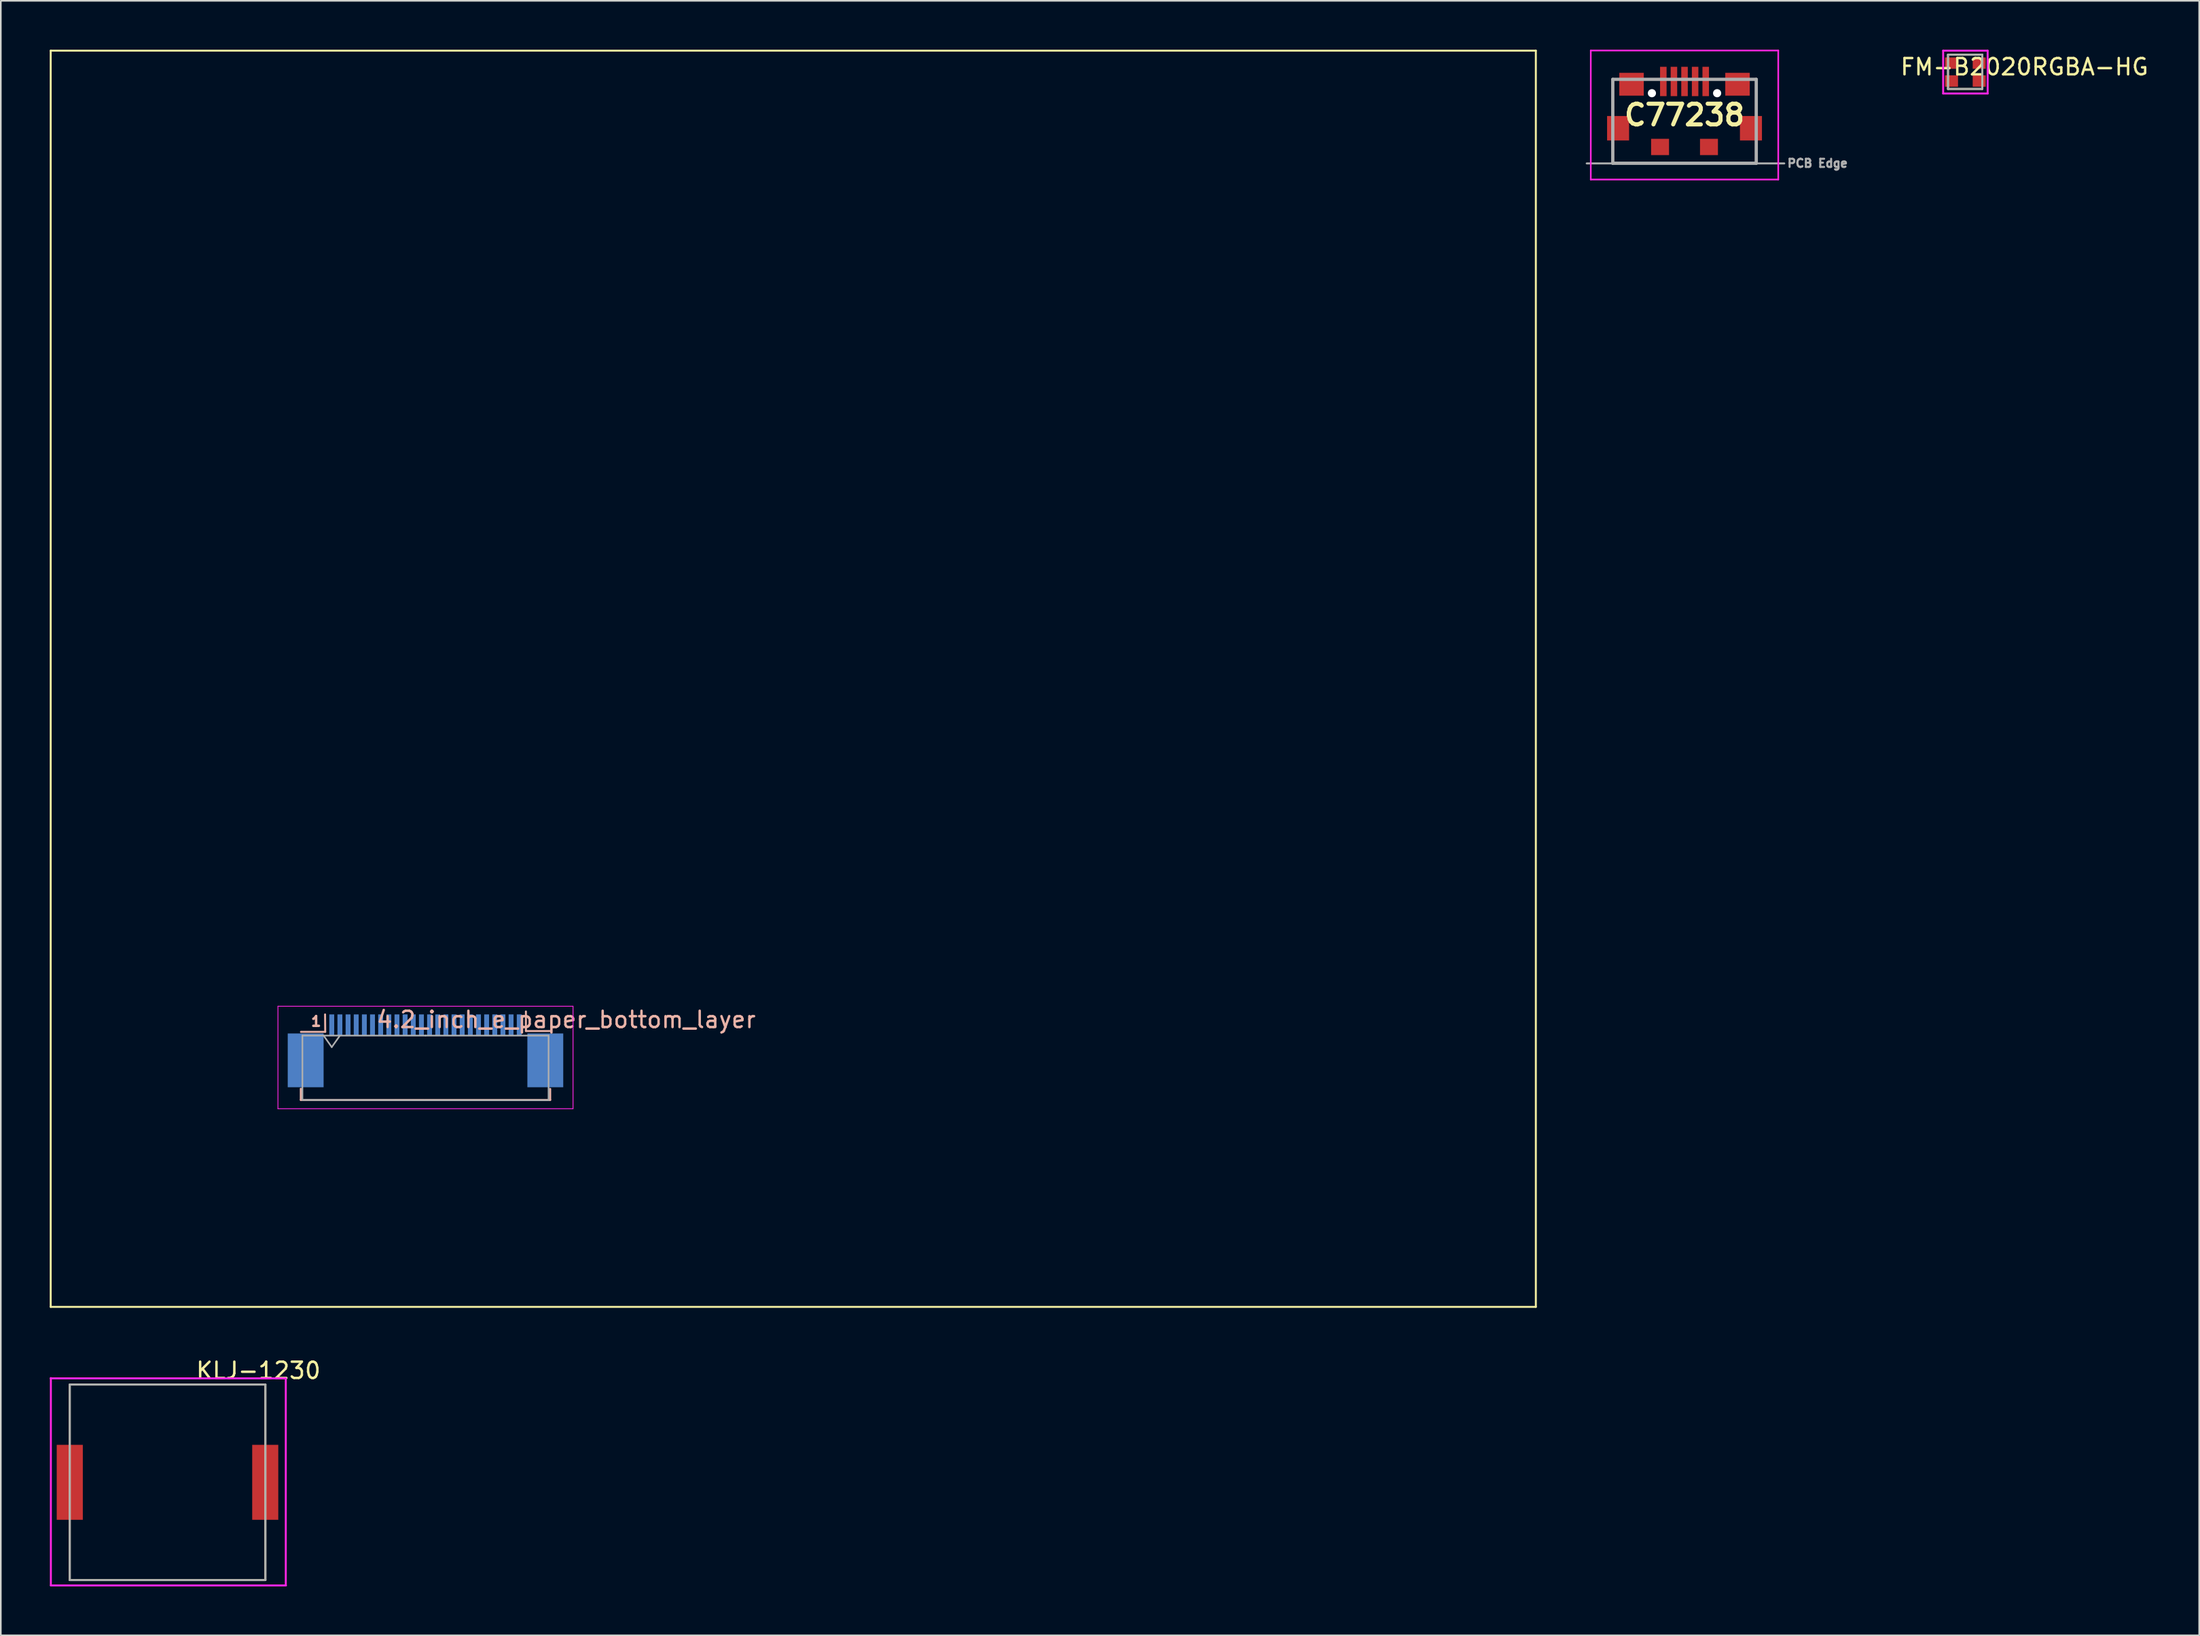
<source format=kicad_pcb>
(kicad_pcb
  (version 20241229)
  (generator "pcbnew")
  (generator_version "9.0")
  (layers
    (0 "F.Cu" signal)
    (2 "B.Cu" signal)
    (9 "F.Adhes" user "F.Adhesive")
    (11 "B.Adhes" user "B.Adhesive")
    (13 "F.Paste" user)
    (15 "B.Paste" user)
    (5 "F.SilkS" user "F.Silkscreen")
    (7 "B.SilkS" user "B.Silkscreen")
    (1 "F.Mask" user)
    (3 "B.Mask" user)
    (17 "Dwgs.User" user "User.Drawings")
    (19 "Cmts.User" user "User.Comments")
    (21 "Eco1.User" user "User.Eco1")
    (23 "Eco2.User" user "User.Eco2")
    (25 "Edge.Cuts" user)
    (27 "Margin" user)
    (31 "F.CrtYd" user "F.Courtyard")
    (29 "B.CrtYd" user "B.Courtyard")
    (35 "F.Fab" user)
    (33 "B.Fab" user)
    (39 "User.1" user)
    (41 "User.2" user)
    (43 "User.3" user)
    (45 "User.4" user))
  (footprint "FM-B2020RGBA-HG"
    (layer "F.Cu")
    (at 117.575 1.31)
    (property "Reference" "FM-B2020RGBA-HG" (at 3.556 -0.254 0) (layer "F.SilkS") (effects (font (size 1 1) (thickness 0.15))))
    (attr smd)
    (fp_line (start -1.132 -1) (end 0.968 -1) (stroke (width 0.12) (type solid)) (layer "F.SilkS"))
    (fp_line (start -1.132 1.1) (end -1.132 -1) (stroke (width 0.12) (type solid)) (layer "F.SilkS"))
    (fp_line (start -1.132 1.1) (end 0.968 1.1) (stroke (width 0.12) (type solid)) (layer "F.SilkS"))
    (fp_line (start 0.968 1.1) (end 0.968 -1) (stroke (width 0.12) (type solid)) (layer "F.SilkS"))
    (fp_line (start -1.43 -1.25) (end 1.3 -1.25) (stroke (width 0.12) (type solid)) (layer "F.CrtYd"))
    (fp_line (start -1.43 1.38) (end -1.43 -1.25) (stroke (width 0.12) (type solid)) (layer "F.CrtYd"))
    (fp_line (start 1.3 1.38) (end -1.43 1.38) (stroke (width 0.12) (type solid)) (layer "F.CrtYd"))
    (fp_line (start 1.3 1.38) (end 1.3 -1.25) (stroke (width 0.12) (type solid)) (layer "F.CrtYd"))
    (fp_line (start -1.132 -1) (end 0.968 -1) (stroke (width 0.12) (type solid)) (layer "F.Fab"))
    (fp_line (start -1.132 1.1) (end -1.132 -1) (stroke (width 0.12) (type solid)) (layer "F.Fab"))
    (fp_line (start -1.132 1.1) (end 0.968 1.1) (stroke (width 0.12) (type solid)) (layer "F.Fab"))
    (fp_line (start 0.968 1.1) (end 0.968 -1) (stroke (width 0.12) (type solid)) (layer "F.Fab"))
    (pad "1" smd rect (at 0.782 0.614 180) (size 0.8 0.7) (layers "F.Cu" "F.Mask" "F.Paste"))
    (pad "2" smd rect (at -0.918 0.614) (size 0.8 0.7) (layers "F.Cu" "F.Mask" "F.Paste"))
    (pad "3" smd rect (at -0.918 -0.486) (size 0.8 0.7) (layers "F.Cu" "F.Mask" "F.Paste"))
    (pad "4" smd rect (at 0.782 -0.486) (size 0.8 0.7) (layers "F.Cu" "F.Mask" "F.Paste")))
  (footprint "C77238"
    (layer "F.Cu")
    (at 100.28 4.01)
    (property "Reference" "C77238" (at 0 0 0) (layer "F.SilkS") (effects (font (size 1.27 1.27) (thickness 0.254))))
    (attr through_hole)
    (fp_line (start -4.4 -2.19) (end -4.4 -0.19) (stroke (width 0.1) (type solid)) (layer "F.SilkS"))
    (fp_line (start -4.4 1.81) (end -4.4 2.96) (stroke (width 0.1) (type solid)) (layer "F.SilkS"))
    (fp_line (start -4.4 2.96) (end 4.4 2.96) (stroke (width 0.1) (type solid)) (layer "F.SilkS"))
    (fp_line (start 4.4 -2.19) (end 4.425 -0.19) (stroke (width 0.1) (type solid)) (layer "F.SilkS"))
    (fp_line (start 4.4 2.96) (end 4.4 1.81) (stroke (width 0.1) (type solid)) (layer "F.SilkS"))
    (fp_line (start -5.75 -3.96) (end 5.75 -3.96) (stroke (width 0.1) (type solid)) (layer "F.CrtYd"))
    (fp_line (start -5.75 3.96) (end -5.75 -3.96) (stroke (width 0.1) (type solid)) (layer "F.CrtYd"))
    (fp_line (start 5.75 -3.96) (end 5.75 3.96) (stroke (width 0.1) (type solid)) (layer "F.CrtYd"))
    (fp_line (start 5.75 3.96) (end -5.75 3.96) (stroke (width 0.1) (type solid)) (layer "F.CrtYd"))
    (fp_line (start -4.4 -2.19) (end 4.4 -2.19) (stroke (width 0.2) (type solid)) (layer "F.Fab"))
    (fp_line (start -4.4 2.96) (end -4.4 -2.19) (stroke (width 0.2) (type solid)) (layer "F.Fab"))
    (fp_line (start 4.4 -2.19) (end 4.4 2.96) (stroke (width 0.2) (type solid)) (layer "F.Fab"))
    (fp_line (start 4.4 2.96) (end -4.4 2.96) (stroke (width 0.2) (type solid)) (layer "F.Fab"))
    (fp_line (start 6.12 2.97) (end -6 2.97) (stroke (width 0.12) (type solid)) (layer "F.Fab"))
    (fp_text user "PCB Edge" (at 8.16 2.96 0) (layer "F.Fab") (effects (font (size 0.5 0.5) (thickness 0.125))))
    (pad "" np_thru_hole circle (at -2 -1.34) (size 0.5 0.5) (drill 0.5) (layers "*.Cu" "*.Mask"))
    (pad "" np_thru_hole circle (at 2 -1.34) (size 0.5 0.5) (drill 0.5) (layers "*.Cu" "*.Mask"))
    (pad "1" smd rect (at -1.3 -2.06) (size 0.4 1.8) (layers "F.Cu" "F.Mask" "F.Paste"))
    (pad "2" smd rect (at -0.65 -2.06) (size 0.4 1.8) (layers "F.Cu" "F.Mask" "F.Paste"))
    (pad "3" smd rect (at 0 -2.06) (size 0.4 1.8) (layers "F.Cu" "F.Mask" "F.Paste"))
    (pad "4" smd rect (at 0.65 -2.06) (size 0.4 1.8) (layers "F.Cu" "F.Mask" "F.Paste"))
    (pad "5" smd rect (at 1.3 -2.06) (size 0.4 1.8) (layers "F.Cu" "F.Mask" "F.Paste"))
    (pad "6" smd rect (at -4.075 0.81) (size 1.35 1.5) (layers "F.Cu" "F.Mask" "F.Paste"))
    (pad "6" smd rect (at -3.25 -1.89 90) (size 1.4 1.5) (layers "F.Cu" "F.Mask" "F.Paste"))
    (pad "6" smd rect (at -1.5 1.96 90) (size 1 1.1) (layers "F.Cu" "F.Mask" "F.Paste"))
    (pad "6" smd rect (at 1.5 1.96 90) (size 1 1.1) (layers "F.Cu" "F.Mask" "F.Paste"))
    (pad "6" smd rect (at 3.25 -1.89 90) (size 1.4 1.5) (layers "F.Cu" "F.Mask" "F.Paste"))
    (pad "6" smd rect (at 4.075 0.81) (size 1.35 1.5) (layers "F.Cu" "F.Mask" "F.Paste")))
  (footprint "KLJ-1230"
    (layer "F.Cu")
    (at 7.3 87.858)
    (property "Reference" "KLJ-1230" (at 5.5 -6.79 0) (layer "F.SilkS") (effects (font (size 1 1) (thickness 0.15))))
    (attr smd)
    (fp_line (start -6.07 -5.93) (end 5.93 -5.93) (stroke (width 0.12) (type solid)) (layer "F.SilkS"))
    (fp_line (start -6.07 6.07) (end -6.07 -5.93) (stroke (width 0.12) (type solid)) (layer "F.SilkS"))
    (fp_line (start 5.93 6.07) (end -6.07 6.07) (stroke (width 0.12) (type solid)) (layer "F.SilkS"))
    (fp_line (start 5.93 6.07) (end 5.93 -5.93) (stroke (width 0.12) (type solid)) (layer "F.SilkS"))
    (fp_line (start -7.24 -6.31) (end 7.18 -6.31) (stroke (width 0.12) (type solid)) (layer "F.CrtYd"))
    (fp_line (start -7.23 6.4) (end -7.23 -6.33) (stroke (width 0.12) (type solid)) (layer "F.CrtYd"))
    (fp_line (start 7.18 -6.31) (end 7.18 6.4) (stroke (width 0.12) (type solid)) (layer "F.CrtYd"))
    (fp_line (start 7.19 6.4) (end -7.23 6.4) (stroke (width 0.12) (type solid)) (layer "F.CrtYd"))
    (fp_line (start -6.07 -5.93) (end 5.93 -5.93) (stroke (width 0.12) (type solid)) (layer "F.Fab"))
    (fp_line (start -6.07 6.07) (end -6.07 -5.93) (stroke (width 0.12) (type solid)) (layer "F.Fab"))
    (fp_line (start 5.93 6.07) (end -6.07 6.07) (stroke (width 0.12) (type solid)) (layer "F.Fab"))
    (fp_line (start 5.93 6.07) (end 5.93 -5.93) (stroke (width 0.12) (type solid)) (layer "F.Fab"))
    (pad "1" smd rect (at -6.07 0.07) (size 1.6 4.6) (layers "F.Cu" "F.Mask" "F.Paste"))
    (pad "2" smd rect (at 5.92 0.07) (size 1.6 4.6) (layers "F.Cu" "F.Mask" "F.Paste")))
  (footprint "4.2_inch_e_paper_bottom_layer"
    (layer "F.Cu")
    (at 23.08 63.11)
    (property "Reference" "4.2_inch_e_paper_bottom_layer" (at 8.6 -3.58 0) (layer "B.SilkS") (effects (font (size 1 1) (thickness 0.15))))
    (attr smd)
    (fp_line (start -23.02 -63.05) (end -23.02 14.05) (stroke (width 0.12) (type solid)) (layer "F.SilkS"))
    (fp_line (start -23.02 -63.05) (end 68.08 -63.05) (stroke (width 0.12) (type solid)) (layer "F.SilkS"))
    (fp_line (start -23.02 14.05) (end 68.08 14.05) (stroke (width 0.12) (type solid)) (layer "F.SilkS"))
    (fp_line (start 68.08 -63.05) (end 68.08 14.05) (stroke (width 0.12) (type solid)) (layer "F.SilkS"))
    (fp_line (start -7.68 0.66) (end -7.68 1.35) (stroke (width 0.12) (type solid)) (layer "B.SilkS"))
    (fp_line (start -7.68 1.35) (end 7.62 1.35) (stroke (width 0.12) (type solid)) (layer "B.SilkS"))
    (fp_line (start -6.18 -2.83) (end -7.67 -2.83) (stroke (width 0.12) (type solid)) (layer "B.SilkS"))
    (fp_line (start -6.18 -2.83) (end -6.19 -3.9) (stroke (width 0.12) (type solid)) (layer "B.SilkS"))
    (fp_line (start 6.13 -2.88) (end 6.13 -4.08) (stroke (width 0.12) (type solid)) (layer "B.SilkS"))
    (fp_line (start 6.13 -2.88) (end 7.62 -2.88) (stroke (width 0.12) (type solid)) (layer "B.SilkS"))
    (fp_line (start 7.62 1.35) (end 7.62 0.67) (stroke (width 0.12) (type solid)) (layer "B.SilkS"))
    (fp_line (start -9.08 -4.4) (end -9.08 1.89) (stroke (width 0.05) (type solid)) (layer "F.CrtYd"))
    (fp_line (start -9.08 1.89) (end 9.02 1.89) (stroke (width 0.05) (type solid)) (layer "F.CrtYd"))
    (fp_line (start 9.02 -4.4) (end -9.08 -4.4) (stroke (width 0.05) (type solid)) (layer "F.CrtYd"))
    (fp_line (start 9.02 1.89) (end 9.02 -4.4) (stroke (width 0.05) (type solid)) (layer "F.CrtYd"))
    (fp_line (start -7.58 -2.6) (end -7.58 1.35) (stroke (width 0.1) (type solid)) (layer "F.Fab"))
    (fp_line (start -7.57 1.35) (end -0.09 1.37) (stroke (width 0.1) (type solid)) (layer "F.Fab"))
    (fp_line (start -6.28 -2.6) (end -5.78 -1.893) (stroke (width 0.1) (type solid)) (layer "F.Fab"))
    (fp_line (start -5.78 -1.893) (end -5.28 -2.6) (stroke (width 0.1) (type solid)) (layer "F.Fab"))
    (fp_line (start -0.03 -2.6) (end -7.58 -2.6) (stroke (width 0.1) (type solid)) (layer "F.Fab"))
    (fp_line (start -0.03 -2.6) (end 7.52 -2.6) (stroke (width 0.1) (type solid)) (layer "F.Fab"))
    (fp_line (start 7.52 -2.6) (end 7.52 1.37) (stroke (width 0.1) (type solid)) (layer "F.Fab"))
    (fp_line (start 7.52 1.37) (end -0.09 1.37) (stroke (width 0.1) (type solid)) (layer "F.Fab"))
    (fp_text user "1" (at -6.74 -3.47 0) (layer "B.SilkS") (effects (font (size 0.6 0.6) (thickness 0.15))))
    (pad "1" smd rect (at -5.78 -3.25) (size 0.3 1.3) (layers "B.Cu" "B.Mask" "B.Paste"))
    (pad "2" smd rect (at -5.28 -3.25) (size 0.3 1.3) (layers "B.Cu" "B.Mask" "B.Paste"))
    (pad "3" smd rect (at -4.78 -3.25) (size 0.3 1.3) (layers "B.Cu" "B.Mask" "B.Paste"))
    (pad "4" smd rect (at -4.28 -3.25) (size 0.3 1.3) (layers "B.Cu" "B.Mask" "B.Paste"))
    (pad "5" smd rect (at -3.78 -3.25) (size 0.3 1.3) (layers "B.Cu" "B.Mask" "B.Paste"))
    (pad "6" smd rect (at -3.28 -3.25) (size 0.3 1.3) (layers "B.Cu" "B.Mask" "B.Paste"))
    (pad "7" smd rect (at -2.78 -3.25) (size 0.3 1.3) (layers "B.Cu" "B.Mask" "B.Paste"))
    (pad "8" smd rect (at -2.28 -3.25) (size 0.3 1.3) (layers "B.Cu" "B.Mask" "B.Paste"))
    (pad "9" smd rect (at -1.78 -3.25) (size 0.3 1.3) (layers "B.Cu" "B.Mask" "B.Paste"))
    (pad "10" smd rect (at -1.28 -3.25) (size 0.3 1.3) (layers "B.Cu" "B.Mask" "B.Paste"))
    (pad "11" smd rect (at -0.78 -3.25) (size 0.3 1.3) (layers "B.Cu" "B.Mask" "B.Paste"))
    (pad "12" smd rect (at -0.28 -3.25) (size 0.3 1.3) (layers "B.Cu" "B.Mask" "B.Paste"))
    (pad "13" smd rect (at 0.22 -3.25) (size 0.3 1.3) (layers "B.Cu" "B.Mask" "B.Paste"))
    (pad "14" smd rect (at 0.72 -3.25) (size 0.3 1.3) (layers "B.Cu" "B.Mask" "B.Paste"))
    (pad "15" smd rect (at 1.22 -3.25) (size 0.3 1.3) (layers "B.Cu" "B.Mask" "B.Paste"))
    (pad "16" smd rect (at 1.72 -3.25) (size 0.3 1.3) (layers "B.Cu" "B.Mask" "B.Paste"))
    (pad "17" smd rect (at 2.22 -3.25) (size 0.3 1.3) (layers "B.Cu" "B.Mask" "B.Paste"))
    (pad "18" smd rect (at 2.72 -3.25) (size 0.3 1.3) (layers "B.Cu" "B.Mask" "B.Paste"))
    (pad "19" smd rect (at 3.22 -3.25) (size 0.3 1.3) (layers "B.Cu" "B.Mask" "B.Paste"))
    (pad "20" smd rect (at 3.72 -3.25) (size 0.3 1.3) (layers "B.Cu" "B.Mask" "B.Paste"))
    (pad "21" smd rect (at 4.22 -3.25) (size 0.3 1.3) (layers "B.Cu" "B.Mask" "B.Paste"))
    (pad "22" smd rect (at 4.72 -3.25) (size 0.3 1.3) (layers "B.Cu" "B.Mask" "B.Paste"))
    (pad "23" smd rect (at 5.22 -3.25) (size 0.3 1.3) (layers "B.Cu" "B.Mask" "B.Paste"))
    (pad "24" smd rect (at 5.72 -3.25) (size 0.3 1.3) (layers "B.Cu" "B.Mask" "B.Paste"))
    (pad "MP" smd rect (at -7.38 -1.08) (size 2.2 3.3) (layers "B.Cu" "B.Mask" "B.Paste"))
    (pad "MP" smd rect (at 7.32 -1.08) (size 2.2 3.3) (layers "B.Cu" "B.Mask" "B.Paste")))
  (gr_rect
    (start -3 -3)
    (end 131.851 97.318)
    (stroke (width 0.1) (type default))
    (fill no)
    (layer "Edge.Cuts")))
</source>
